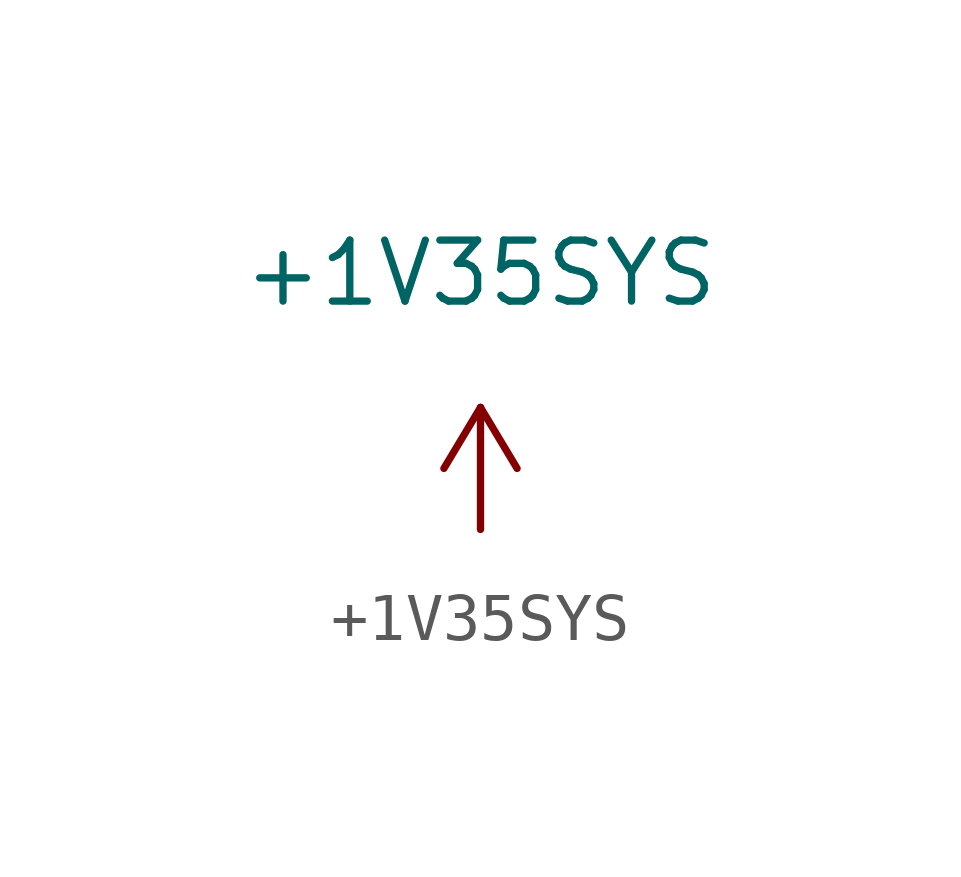
<source format=kicad_sym>
(kicad_symbol_lib
  (version 20220914)
  (generator kicad_symbol_editor)
  (symbol "+1V35SYS"
    (power)
    (pin_names
      (offset 0))
    (property "Reference" "#PWR1V35SYS"
      (at 0 -3.81 0)
      (effects (font (size 1.27 1.27)) hide))
    (property "Value" "+1V35SYS"
      (at 0 5.334 0)
      (effects (font (size 1.27 1.27))))
    (symbol "+1V35SYS_0_1"
      (polyline (pts (xy -0.762 1.27) (xy 0 2.54)) (stroke (width 0) (type default)) (fill (type none)))
      (polyline (pts (xy 0 0) (xy 0 2.54)) (stroke (width 0) (type default)) (fill (type none)))
      (polyline (pts (xy 0 2.54) (xy 0.762 1.27)) (stroke (width 0) (type default)) (fill (type none))))
    (symbol "+1V35SYS_1_1"
      (pin power_in line (at 0 0 90) (length 0) hide (name "+1V35_SYS" (effects (font (size 1.27 1.27)))) (number "1" (effects (font (size 1.27 1.27))))))))
</source>
